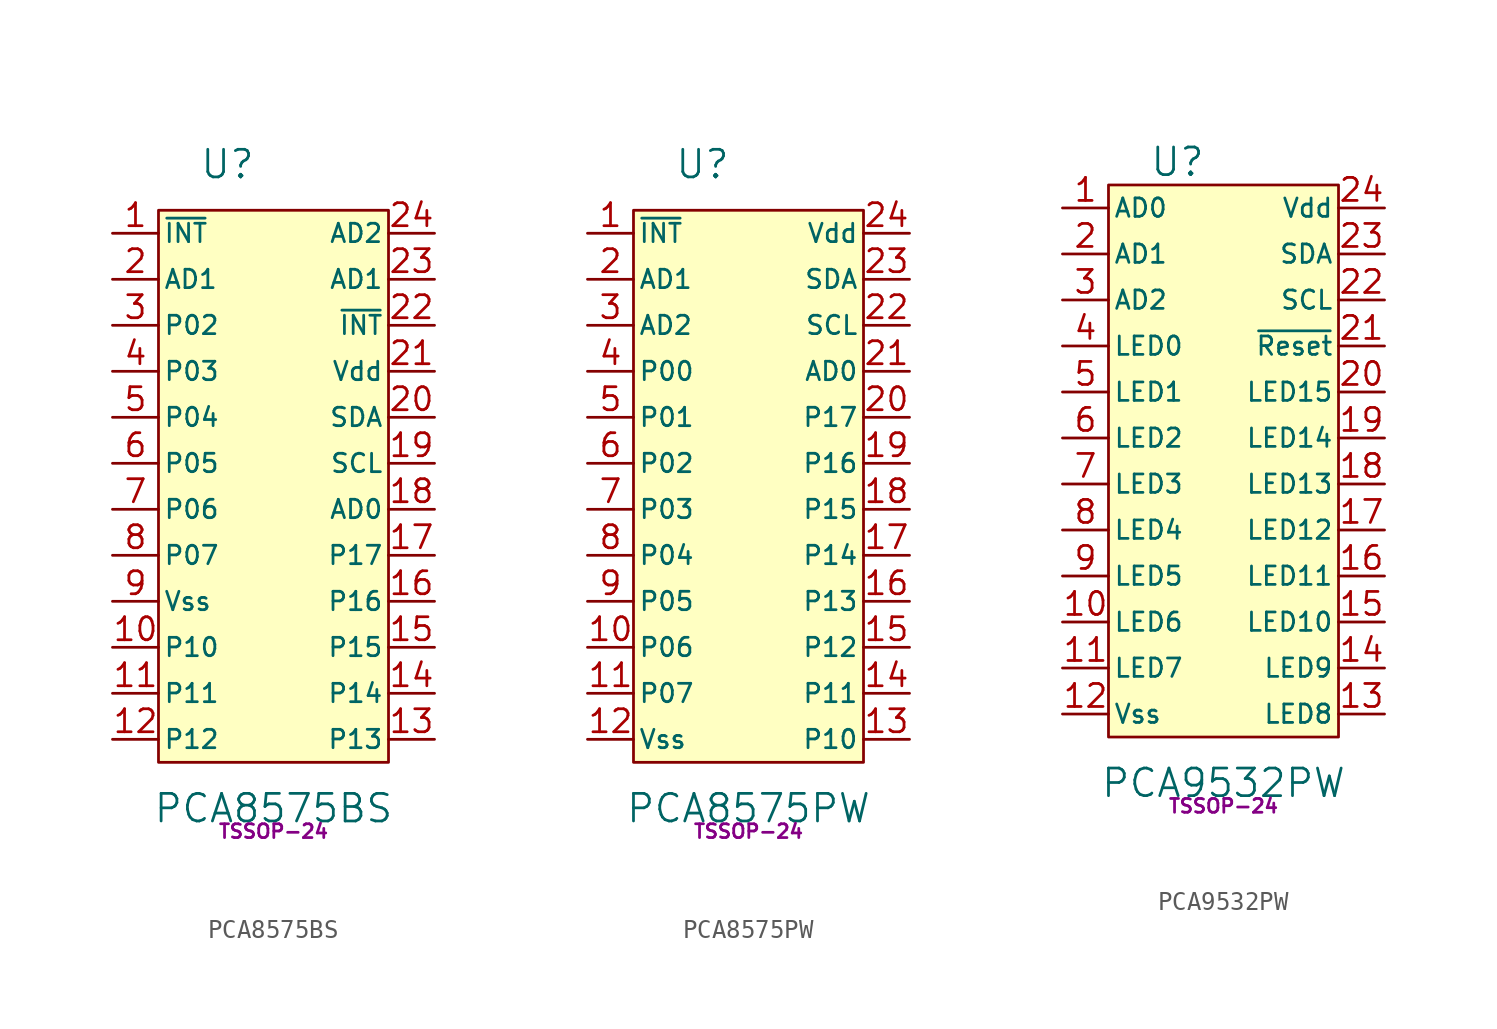
<source format=kicad_sym>
(kicad_symbol_lib
  (version 20220914)
  (generator kicad_symbol_editor)
  (symbol "PCA8575BS"
    (pin_names
      (offset 0.254))
    (property "Reference" "U"
      (at -2.54 17.78 0)
      (effects (font (size 1.524 1.524))))
    (property "Value" "PCA8575BS"
      (at 0 -17.78 0)
      (effects (font (size 1.524 1.524))))
    (property "Footprint" "TSSOP-24"
      (at 0 -19.05 0)
      (effects (font (size 0.762 0.762))))
    (property "Datasheet" ""
      (at 0 0 0)
      (effects (font (size 1.524 1.524))))
    (symbol "PCA8575BS_0_1"
      (rectangle (start -6.35 15.24) (end 6.35 -15.24) (stroke (width 0) (type default)) (fill (type background))))
    (symbol "PCA8575BS_1_1"
      (pin bidirectional line (at -8.89 13.97 0) (length 2.54) (name "~{INT}" (effects (font (size 1.016 1.016)))) (number "1" (effects (font (size 1.27 1.27)))))
      (pin bidirectional line (at -8.89 -8.89 0) (length 2.54) (name "P10" (effects (font (size 1.016 1.016)))) (number "10" (effects (font (size 1.27 1.27)))))
      (pin bidirectional line (at -8.89 -11.43 0) (length 2.54) (name "P11" (effects (font (size 1.016 1.016)))) (number "11" (effects (font (size 1.27 1.27)))))
      (pin bidirectional line (at -8.89 -13.97 0) (length 2.54) (name "P12" (effects (font (size 1.016 1.016)))) (number "12" (effects (font (size 1.27 1.27)))))
      (pin bidirectional line (at 8.89 -13.97 180) (length 2.54) (name "P13" (effects (font (size 1.016 1.016)))) (number "13" (effects (font (size 1.27 1.27)))))
      (pin bidirectional line (at 8.89 -11.43 180) (length 2.54) (name "P14" (effects (font (size 1.016 1.016)))) (number "14" (effects (font (size 1.27 1.27)))))
      (pin bidirectional line (at 8.89 -8.89 180) (length 2.54) (name "P15" (effects (font (size 1.016 1.016)))) (number "15" (effects (font (size 1.27 1.27)))))
      (pin bidirectional line (at 8.89 -6.35 180) (length 2.54) (name "P16" (effects (font (size 1.016 1.016)))) (number "16" (effects (font (size 1.27 1.27)))))
      (pin bidirectional line (at 8.89 -3.81 180) (length 2.54) (name "P17" (effects (font (size 1.016 1.016)))) (number "17" (effects (font (size 1.27 1.27)))))
      (pin bidirectional line (at 8.89 -1.27 180) (length 2.54) (name "AD0" (effects (font (size 1.016 1.016)))) (number "18" (effects (font (size 1.27 1.27)))))
      (pin bidirectional line (at 8.89 1.27 180) (length 2.54) (name "SCL" (effects (font (size 1.016 1.016)))) (number "19" (effects (font (size 1.27 1.27)))))
      (pin bidirectional line (at -8.89 11.43 0) (length 2.54) (name "AD1" (effects (font (size 1.016 1.016)))) (number "2" (effects (font (size 1.27 1.27)))))
      (pin bidirectional line (at 8.89 3.81 180) (length 2.54) (name "SDA" (effects (font (size 1.016 1.016)))) (number "20" (effects (font (size 1.27 1.27)))))
      (pin bidirectional line (at 8.89 6.35 180) (length 2.54) (name "Vdd" (effects (font (size 1.016 1.016)))) (number "21" (effects (font (size 1.27 1.27)))))
      (pin bidirectional line (at 8.89 8.89 180) (length 2.54) (name "~{INT}" (effects (font (size 1.016 1.016)))) (number "22" (effects (font (size 1.27 1.27)))))
      (pin bidirectional line (at 8.89 11.43 180) (length 2.54) (name "AD1" (effects (font (size 1.016 1.016)))) (number "23" (effects (font (size 1.27 1.27)))))
      (pin bidirectional line (at 8.89 13.97 180) (length 2.54) (name "AD2" (effects (font (size 1.016 1.016)))) (number "24" (effects (font (size 1.27 1.27)))))
      (pin bidirectional line (at -8.89 8.89 0) (length 2.54) (name "P02" (effects (font (size 1.016 1.016)))) (number "3" (effects (font (size 1.27 1.27)))))
      (pin bidirectional line (at -8.89 6.35 0) (length 2.54) (name "P03" (effects (font (size 1.016 1.016)))) (number "4" (effects (font (size 1.27 1.27)))))
      (pin bidirectional line (at -8.89 3.81 0) (length 2.54) (name "P04" (effects (font (size 1.016 1.016)))) (number "5" (effects (font (size 1.27 1.27)))))
      (pin bidirectional line (at -8.89 1.27 0) (length 2.54) (name "P05" (effects (font (size 1.016 1.016)))) (number "6" (effects (font (size 1.27 1.27)))))
      (pin bidirectional line (at -8.89 -1.27 0) (length 2.54) (name "P06" (effects (font (size 1.016 1.016)))) (number "7" (effects (font (size 1.27 1.27)))))
      (pin bidirectional line (at -8.89 -3.81 0) (length 2.54) (name "P07" (effects (font (size 1.016 1.016)))) (number "8" (effects (font (size 1.27 1.27)))))
      (pin bidirectional line (at -8.89 -6.35 0) (length 2.54) (name "Vss" (effects (font (size 1.016 1.016)))) (number "9" (effects (font (size 1.27 1.27)))))))
  (symbol "PCA8575PW"
    (pin_names
      (offset 0.254))
    (property "Reference" "U"
      (at -2.54 17.78 0)
      (effects (font (size 1.524 1.524))))
    (property "Value" "PCA8575PW"
      (at 0 -17.78 0)
      (effects (font (size 1.524 1.524))))
    (property "Footprint" "TSSOP-24"
      (at 0 -19.05 0)
      (effects (font (size 0.762 0.762))))
    (property "Datasheet" ""
      (at 0 0 0)
      (effects (font (size 1.524 1.524))))
    (symbol "PCA8575PW_0_1"
      (rectangle (start -6.35 15.24) (end 6.35 -15.24) (stroke (width 0) (type default)) (fill (type background))))
    (symbol "PCA8575PW_1_1"
      (pin bidirectional line (at -8.89 13.97 0) (length 2.54) (name "~{INT}" (effects (font (size 1.016 1.016)))) (number "1" (effects (font (size 1.27 1.27)))))
      (pin bidirectional line (at -8.89 -8.89 0) (length 2.54) (name "P06" (effects (font (size 1.016 1.016)))) (number "10" (effects (font (size 1.27 1.27)))))
      (pin bidirectional line (at -8.89 -11.43 0) (length 2.54) (name "P07" (effects (font (size 1.016 1.016)))) (number "11" (effects (font (size 1.27 1.27)))))
      (pin bidirectional line (at -8.89 -13.97 0) (length 2.54) (name "Vss" (effects (font (size 1.016 1.016)))) (number "12" (effects (font (size 1.27 1.27)))))
      (pin bidirectional line (at 8.89 -13.97 180) (length 2.54) (name "P10" (effects (font (size 1.016 1.016)))) (number "13" (effects (font (size 1.27 1.27)))))
      (pin bidirectional line (at 8.89 -11.43 180) (length 2.54) (name "P11" (effects (font (size 1.016 1.016)))) (number "14" (effects (font (size 1.27 1.27)))))
      (pin bidirectional line (at 8.89 -8.89 180) (length 2.54) (name "P12" (effects (font (size 1.016 1.016)))) (number "15" (effects (font (size 1.27 1.27)))))
      (pin bidirectional line (at 8.89 -6.35 180) (length 2.54) (name "P13" (effects (font (size 1.016 1.016)))) (number "16" (effects (font (size 1.27 1.27)))))
      (pin bidirectional line (at 8.89 -3.81 180) (length 2.54) (name "P14" (effects (font (size 1.016 1.016)))) (number "17" (effects (font (size 1.27 1.27)))))
      (pin bidirectional line (at 8.89 -1.27 180) (length 2.54) (name "P15" (effects (font (size 1.016 1.016)))) (number "18" (effects (font (size 1.27 1.27)))))
      (pin bidirectional line (at 8.89 1.27 180) (length 2.54) (name "P16" (effects (font (size 1.016 1.016)))) (number "19" (effects (font (size 1.27 1.27)))))
      (pin bidirectional line (at -8.89 11.43 0) (length 2.54) (name "AD1" (effects (font (size 1.016 1.016)))) (number "2" (effects (font (size 1.27 1.27)))))
      (pin bidirectional line (at 8.89 3.81 180) (length 2.54) (name "P17" (effects (font (size 1.016 1.016)))) (number "20" (effects (font (size 1.27 1.27)))))
      (pin bidirectional line (at 8.89 6.35 180) (length 2.54) (name "AD0" (effects (font (size 1.016 1.016)))) (number "21" (effects (font (size 1.27 1.27)))))
      (pin bidirectional line (at 8.89 8.89 180) (length 2.54) (name "SCL" (effects (font (size 1.016 1.016)))) (number "22" (effects (font (size 1.27 1.27)))))
      (pin bidirectional line (at 8.89 11.43 180) (length 2.54) (name "SDA" (effects (font (size 1.016 1.016)))) (number "23" (effects (font (size 1.27 1.27)))))
      (pin bidirectional line (at 8.89 13.97 180) (length 2.54) (name "Vdd" (effects (font (size 1.016 1.016)))) (number "24" (effects (font (size 1.27 1.27)))))
      (pin bidirectional line (at -8.89 8.89 0) (length 2.54) (name "AD2" (effects (font (size 1.016 1.016)))) (number "3" (effects (font (size 1.27 1.27)))))
      (pin bidirectional line (at -8.89 6.35 0) (length 2.54) (name "P00" (effects (font (size 1.016 1.016)))) (number "4" (effects (font (size 1.27 1.27)))))
      (pin bidirectional line (at -8.89 3.81 0) (length 2.54) (name "P01" (effects (font (size 1.016 1.016)))) (number "5" (effects (font (size 1.27 1.27)))))
      (pin bidirectional line (at -8.89 1.27 0) (length 2.54) (name "P02" (effects (font (size 1.016 1.016)))) (number "6" (effects (font (size 1.27 1.27)))))
      (pin bidirectional line (at -8.89 -1.27 0) (length 2.54) (name "P03" (effects (font (size 1.016 1.016)))) (number "7" (effects (font (size 1.27 1.27)))))
      (pin bidirectional line (at -8.89 -3.81 0) (length 2.54) (name "P04" (effects (font (size 1.016 1.016)))) (number "8" (effects (font (size 1.27 1.27)))))
      (pin bidirectional line (at -8.89 -6.35 0) (length 2.54) (name "P05" (effects (font (size 1.016 1.016)))) (number "9" (effects (font (size 1.27 1.27)))))))
  (symbol "PCA9532PW"
    (pin_names
      (offset 0.254))
    (property "Reference" "U"
      (at -2.54 16.51 0)
      (effects (font (size 1.524 1.524))))
    (property "Value" "PCA9532PW"
      (at 0 -17.78 0)
      (effects (font (size 1.524 1.524))))
    (property "Footprint" "TSSOP-24"
      (at 0 -19.05 0)
      (effects (font (size 0.762 0.762))))
    (property "Datasheet" ""
      (at 0 0 0)
      (effects (font (size 1.524 1.524))))
    (symbol "PCA9532PW_0_1"
      (rectangle (start -6.35 15.24) (end 6.35 -15.24) (stroke (width 0) (type default)) (fill (type background))))
    (symbol "PCA9532PW_1_1"
      (pin bidirectional line (at -8.89 13.97 0) (length 2.54) (name "AD0" (effects (font (size 1.016 1.016)))) (number "1" (effects (font (size 1.27 1.27)))))
      (pin bidirectional line (at -8.89 -8.89 0) (length 2.54) (name "LED6" (effects (font (size 1.016 1.016)))) (number "10" (effects (font (size 1.27 1.27)))))
      (pin bidirectional line (at -8.89 -11.43 0) (length 2.54) (name "LED7" (effects (font (size 1.016 1.016)))) (number "11" (effects (font (size 1.27 1.27)))))
      (pin bidirectional line (at -8.89 -13.97 0) (length 2.54) (name "Vss" (effects (font (size 1.016 1.016)))) (number "12" (effects (font (size 1.27 1.27)))))
      (pin bidirectional line (at 8.89 -13.97 180) (length 2.54) (name "LED8" (effects (font (size 1.016 1.016)))) (number "13" (effects (font (size 1.27 1.27)))))
      (pin bidirectional line (at 8.89 -11.43 180) (length 2.54) (name "LED9" (effects (font (size 1.016 1.016)))) (number "14" (effects (font (size 1.27 1.27)))))
      (pin bidirectional line (at 8.89 -8.89 180) (length 2.54) (name "LED10" (effects (font (size 1.016 1.016)))) (number "15" (effects (font (size 1.27 1.27)))))
      (pin bidirectional line (at 8.89 -6.35 180) (length 2.54) (name "LED11" (effects (font (size 1.016 1.016)))) (number "16" (effects (font (size 1.27 1.27)))))
      (pin bidirectional line (at 8.89 -3.81 180) (length 2.54) (name "LED12" (effects (font (size 1.016 1.016)))) (number "17" (effects (font (size 1.27 1.27)))))
      (pin bidirectional line (at 8.89 -1.27 180) (length 2.54) (name "LED13" (effects (font (size 1.016 1.016)))) (number "18" (effects (font (size 1.27 1.27)))))
      (pin bidirectional line (at 8.89 1.27 180) (length 2.54) (name "LED14" (effects (font (size 1.016 1.016)))) (number "19" (effects (font (size 1.27 1.27)))))
      (pin bidirectional line (at -8.89 11.43 0) (length 2.54) (name "AD1" (effects (font (size 1.016 1.016)))) (number "2" (effects (font (size 1.27 1.27)))))
      (pin bidirectional line (at 8.89 3.81 180) (length 2.54) (name "LED15" (effects (font (size 1.016 1.016)))) (number "20" (effects (font (size 1.27 1.27)))))
      (pin bidirectional line (at 8.89 6.35 180) (length 2.54) (name "~{Reset}" (effects (font (size 1.016 1.016)))) (number "21" (effects (font (size 1.27 1.27)))))
      (pin bidirectional line (at 8.89 8.89 180) (length 2.54) (name "SCL" (effects (font (size 1.016 1.016)))) (number "22" (effects (font (size 1.27 1.27)))))
      (pin bidirectional line (at 8.89 11.43 180) (length 2.54) (name "SDA" (effects (font (size 1.016 1.016)))) (number "23" (effects (font (size 1.27 1.27)))))
      (pin bidirectional line (at 8.89 13.97 180) (length 2.54) (name "Vdd" (effects (font (size 1.016 1.016)))) (number "24" (effects (font (size 1.27 1.27)))))
      (pin bidirectional line (at -8.89 8.89 0) (length 2.54) (name "AD2" (effects (font (size 1.016 1.016)))) (number "3" (effects (font (size 1.27 1.27)))))
      (pin bidirectional line (at -8.89 6.35 0) (length 2.54) (name "LED0" (effects (font (size 1.016 1.016)))) (number "4" (effects (font (size 1.27 1.27)))))
      (pin bidirectional line (at -8.89 3.81 0) (length 2.54) (name "LED1" (effects (font (size 1.016 1.016)))) (number "5" (effects (font (size 1.27 1.27)))))
      (pin bidirectional line (at -8.89 1.27 0) (length 2.54) (name "LED2" (effects (font (size 1.016 1.016)))) (number "6" (effects (font (size 1.27 1.27)))))
      (pin bidirectional line (at -8.89 -1.27 0) (length 2.54) (name "LED3" (effects (font (size 1.016 1.016)))) (number "7" (effects (font (size 1.27 1.27)))))
      (pin bidirectional line (at -8.89 -3.81 0) (length 2.54) (name "LED4" (effects (font (size 1.016 1.016)))) (number "8" (effects (font (size 1.27 1.27)))))
      (pin bidirectional line (at -8.89 -6.35 0) (length 2.54) (name "LED5" (effects (font (size 1.016 1.016)))) (number "9" (effects (font (size 1.27 1.27))))))))
</source>
